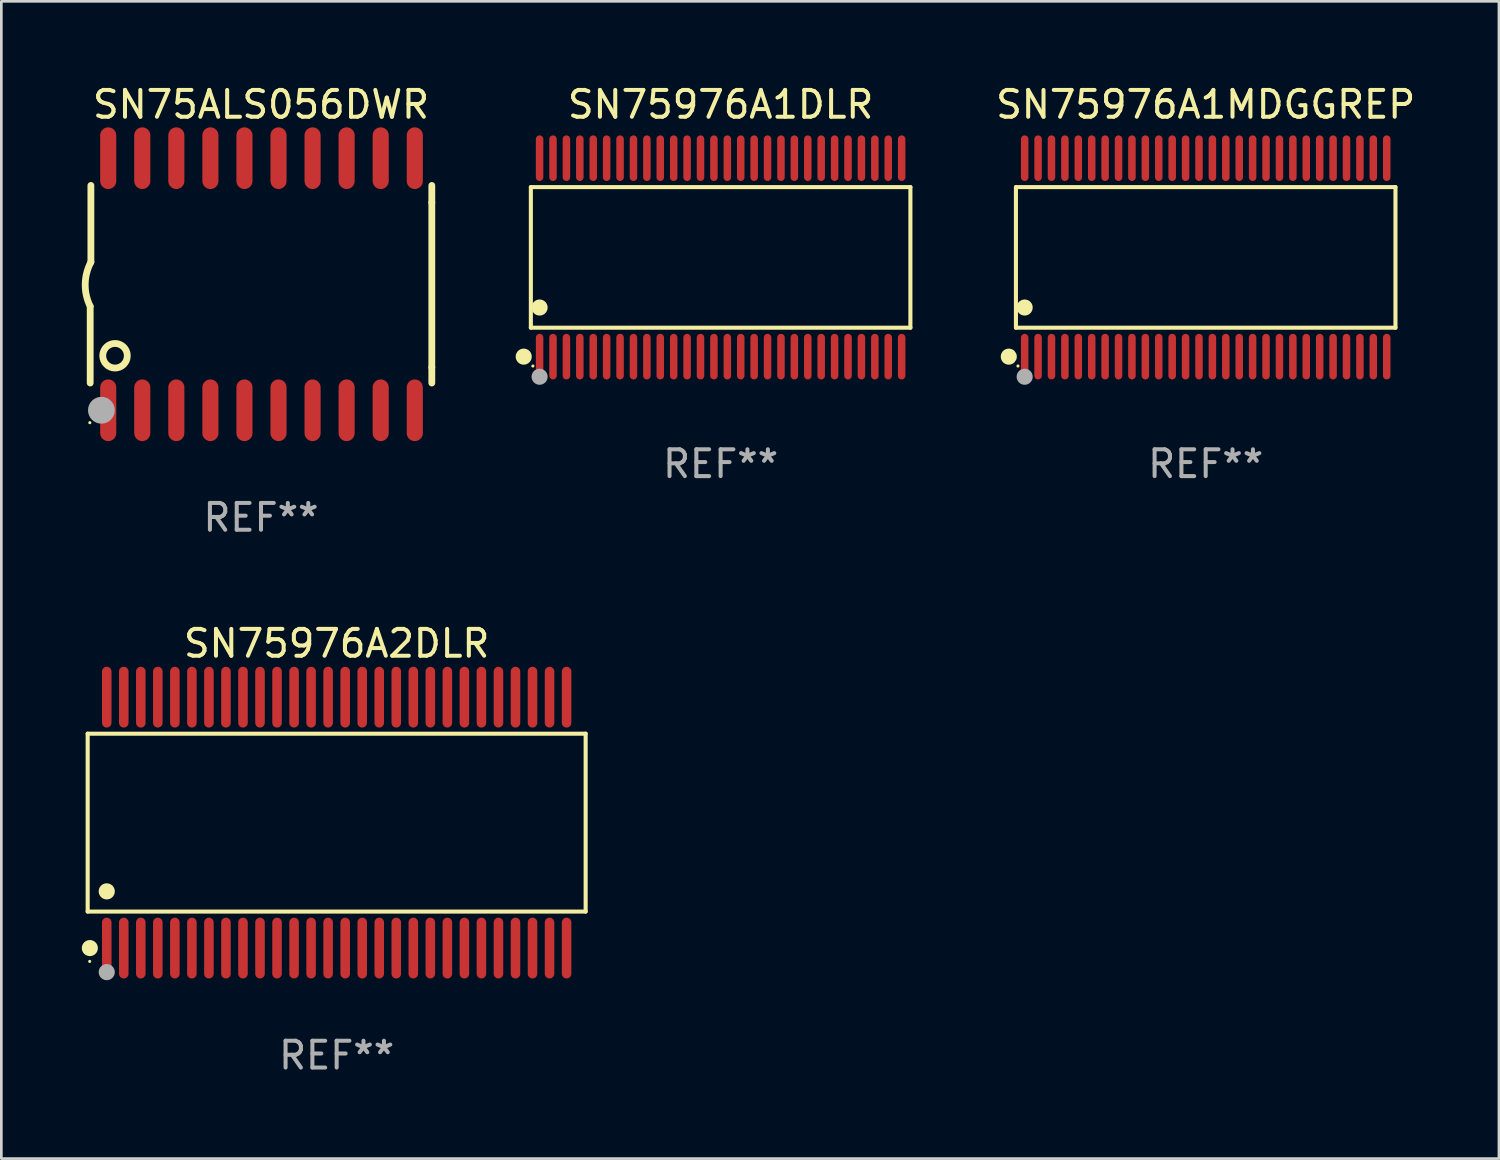
<source format=kicad_pcb>
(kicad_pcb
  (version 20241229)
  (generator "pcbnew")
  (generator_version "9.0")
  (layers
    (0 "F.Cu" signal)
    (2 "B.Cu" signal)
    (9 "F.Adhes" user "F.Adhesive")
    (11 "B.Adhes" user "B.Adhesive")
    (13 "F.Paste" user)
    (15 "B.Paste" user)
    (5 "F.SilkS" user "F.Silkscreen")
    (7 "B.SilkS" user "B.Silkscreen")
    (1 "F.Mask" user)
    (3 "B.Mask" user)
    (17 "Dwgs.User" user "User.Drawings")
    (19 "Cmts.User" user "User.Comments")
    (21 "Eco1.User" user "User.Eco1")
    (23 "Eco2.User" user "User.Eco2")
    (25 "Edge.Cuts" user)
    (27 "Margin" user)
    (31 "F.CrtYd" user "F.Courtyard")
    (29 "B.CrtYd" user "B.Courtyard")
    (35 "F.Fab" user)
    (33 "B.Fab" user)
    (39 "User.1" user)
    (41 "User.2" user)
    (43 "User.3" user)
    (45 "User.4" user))
  (footprint "SN75976A1MDGGREP"
    (layer "F.Cu")
    (at 41.907 6.548)
    (property "Reference" "SN75976A1MDGGREP" (at 0 -5.7 0) (layer "F.SilkS") (effects (font (size 1 1) (thickness 0.15))))
    (attr through_hole)
    (fp_line (start -7.076 -2.621) (end 7.076 -2.621) (stroke (width 0.152) (type solid)) (layer "F.SilkS"))
    (fp_line (start -7.076 2.621) (end -7.076 -2.621) (stroke (width 0.152) (type solid)) (layer "F.SilkS"))
    (fp_line (start 7.076 -2.621) (end 7.076 2.621) (stroke (width 0.152) (type solid)) (layer "F.SilkS"))
    (fp_line (start 7.076 2.621) (end -7.076 2.621) (stroke (width 0.152) (type solid)) (layer "F.SilkS"))
    (fp_circle (center -7.342 3.7) (end -7.192 3.7) (stroke (width 0.3) (type solid)) (fill no) (layer "F.SilkS"))
    (fp_circle (center -7 4.05) (end -6.97 4.05) (stroke (width 0.06) (type solid)) (fill no) (layer "F.SilkS"))
    (fp_circle (center -6.75 1.869) (end -6.6 1.869) (stroke (width 0.3) (type solid)) (fill no) (layer "F.SilkS"))
    (fp_circle (center -6.75 4.45) (end -6.6 4.45) (stroke (width 0.3) (type solid)) (fill no) (layer "F.Fab"))
    (fp_text user "REF**" (at 0 7.7 0) (layer "F.Fab") (effects (font (size 1 1) (thickness 0.15))))
    (pad "1" smd oval (at -6.75 3.7) (size 0.28 1.7) (layers "F.Cu" "F.Mask" "F.Paste"))
    (pad "2" smd oval (at -6.25 3.7) (size 0.28 1.7) (layers "F.Cu" "F.Mask" "F.Paste"))
    (pad "3" smd oval (at -5.75 3.7) (size 0.28 1.7) (layers "F.Cu" "F.Mask" "F.Paste"))
    (pad "4" smd oval (at -5.25 3.7) (size 0.28 1.7) (layers "F.Cu" "F.Mask" "F.Paste"))
    (pad "5" smd oval (at -4.75 3.7) (size 0.28 1.7) (layers "F.Cu" "F.Mask" "F.Paste"))
    (pad "6" smd oval (at -4.25 3.7) (size 0.28 1.7) (layers "F.Cu" "F.Mask" "F.Paste"))
    (pad "7" smd oval (at -3.75 3.7) (size 0.28 1.7) (layers "F.Cu" "F.Mask" "F.Paste"))
    (pad "8" smd oval (at -3.25 3.7) (size 0.28 1.7) (layers "F.Cu" "F.Mask" "F.Paste"))
    (pad "9" smd oval (at -2.75 3.7) (size 0.28 1.7) (layers "F.Cu" "F.Mask" "F.Paste"))
    (pad "10" smd oval (at -2.25 3.7) (size 0.28 1.7) (layers "F.Cu" "F.Mask" "F.Paste"))
    (pad "11" smd oval (at -1.75 3.7) (size 0.28 1.7) (layers "F.Cu" "F.Mask" "F.Paste"))
    (pad "12" smd oval (at -1.25 3.7) (size 0.28 1.7) (layers "F.Cu" "F.Mask" "F.Paste"))
    (pad "13" smd oval (at -0.75 3.7) (size 0.28 1.7) (layers "F.Cu" "F.Mask" "F.Paste"))
    (pad "14" smd oval (at -0.25 3.7) (size 0.28 1.7) (layers "F.Cu" "F.Mask" "F.Paste"))
    (pad "15" smd oval (at 0.25 3.7) (size 0.28 1.7) (layers "F.Cu" "F.Mask" "F.Paste"))
    (pad "16" smd oval (at 0.75 3.7) (size 0.28 1.7) (layers "F.Cu" "F.Mask" "F.Paste"))
    (pad "17" smd oval (at 1.25 3.7) (size 0.28 1.7) (layers "F.Cu" "F.Mask" "F.Paste"))
    (pad "18" smd oval (at 1.75 3.7) (size 0.28 1.7) (layers "F.Cu" "F.Mask" "F.Paste"))
    (pad "19" smd oval (at 2.25 3.7) (size 0.28 1.7) (layers "F.Cu" "F.Mask" "F.Paste"))
    (pad "20" smd oval (at 2.75 3.7) (size 0.28 1.7) (layers "F.Cu" "F.Mask" "F.Paste"))
    (pad "21" smd oval (at 3.25 3.7) (size 0.28 1.7) (layers "F.Cu" "F.Mask" "F.Paste"))
    (pad "22" smd oval (at 3.75 3.7) (size 0.28 1.7) (layers "F.Cu" "F.Mask" "F.Paste"))
    (pad "23" smd oval (at 4.25 3.7) (size 0.28 1.7) (layers "F.Cu" "F.Mask" "F.Paste"))
    (pad "24" smd oval (at 4.75 3.7) (size 0.28 1.7) (layers "F.Cu" "F.Mask" "F.Paste"))
    (pad "25" smd oval (at 5.25 3.7) (size 0.28 1.7) (layers "F.Cu" "F.Mask" "F.Paste"))
    (pad "26" smd oval (at 5.75 3.7) (size 0.28 1.7) (layers "F.Cu" "F.Mask" "F.Paste"))
    (pad "27" smd oval (at 6.25 3.7) (size 0.28 1.7) (layers "F.Cu" "F.Mask" "F.Paste"))
    (pad "28" smd oval (at 6.75 3.7) (size 0.28 1.7) (layers "F.Cu" "F.Mask" "F.Paste"))
    (pad "29" smd oval (at 6.75 -3.7) (size 0.28 1.7) (layers "F.Cu" "F.Mask" "F.Paste"))
    (pad "30" smd oval (at 6.25 -3.7) (size 0.28 1.7) (layers "F.Cu" "F.Mask" "F.Paste"))
    (pad "31" smd oval (at 5.75 -3.7) (size 0.28 1.7) (layers "F.Cu" "F.Mask" "F.Paste"))
    (pad "32" smd oval (at 5.25 -3.7) (size 0.28 1.7) (layers "F.Cu" "F.Mask" "F.Paste"))
    (pad "33" smd oval (at 4.75 -3.7) (size 0.28 1.7) (layers "F.Cu" "F.Mask" "F.Paste"))
    (pad "34" smd oval (at 4.25 -3.7) (size 0.28 1.7) (layers "F.Cu" "F.Mask" "F.Paste"))
    (pad "35" smd oval (at 3.75 -3.7) (size 0.28 1.7) (layers "F.Cu" "F.Mask" "F.Paste"))
    (pad "36" smd oval (at 3.25 -3.7) (size 0.28 1.7) (layers "F.Cu" "F.Mask" "F.Paste"))
    (pad "37" smd oval (at 2.75 -3.7) (size 0.28 1.7) (layers "F.Cu" "F.Mask" "F.Paste"))
    (pad "38" smd oval (at 2.25 -3.7) (size 0.28 1.7) (layers "F.Cu" "F.Mask" "F.Paste"))
    (pad "39" smd oval (at 1.75 -3.7) (size 0.28 1.7) (layers "F.Cu" "F.Mask" "F.Paste"))
    (pad "40" smd oval (at 1.25 -3.7) (size 0.28 1.7) (layers "F.Cu" "F.Mask" "F.Paste"))
    (pad "41" smd oval (at 0.75 -3.7) (size 0.28 1.7) (layers "F.Cu" "F.Mask" "F.Paste"))
    (pad "42" smd oval (at 0.25 -3.7) (size 0.28 1.7) (layers "F.Cu" "F.Mask" "F.Paste"))
    (pad "43" smd oval (at -0.25 -3.7) (size 0.28 1.7) (layers "F.Cu" "F.Mask" "F.Paste"))
    (pad "44" smd oval (at -0.75 -3.7) (size 0.28 1.7) (layers "F.Cu" "F.Mask" "F.Paste"))
    (pad "45" smd oval (at -1.25 -3.7) (size 0.28 1.7) (layers "F.Cu" "F.Mask" "F.Paste"))
    (pad "46" smd oval (at -1.75 -3.7) (size 0.28 1.7) (layers "F.Cu" "F.Mask" "F.Paste"))
    (pad "47" smd oval (at -2.25 -3.7) (size 0.28 1.7) (layers "F.Cu" "F.Mask" "F.Paste"))
    (pad "48" smd oval (at -2.75 -3.7) (size 0.28 1.7) (layers "F.Cu" "F.Mask" "F.Paste"))
    (pad "49" smd oval (at -3.25 -3.7) (size 0.28 1.7) (layers "F.Cu" "F.Mask" "F.Paste"))
    (pad "50" smd oval (at -3.75 -3.7) (size 0.28 1.7) (layers "F.Cu" "F.Mask" "F.Paste"))
    (pad "51" smd oval (at -4.25 -3.7) (size 0.28 1.7) (layers "F.Cu" "F.Mask" "F.Paste"))
    (pad "52" smd oval (at -4.75 -3.7) (size 0.28 1.7) (layers "F.Cu" "F.Mask" "F.Paste"))
    (pad "53" smd oval (at -5.25 -3.7) (size 0.28 1.7) (layers "F.Cu" "F.Mask" "F.Paste"))
    (pad "54" smd oval (at -5.75 -3.7) (size 0.28 1.7) (layers "F.Cu" "F.Mask" "F.Paste"))
    (pad "55" smd oval (at -6.25 -3.7) (size 0.28 1.7) (layers "F.Cu" "F.Mask" "F.Paste"))
    (pad "56" smd oval (at -6.75 -3.7) (size 0.28 1.7) (layers "F.Cu" "F.Mask" "F.Paste")))
  (footprint "SN75976A1DLR"
    (layer "F.Cu")
    (at 23.82 6.548)
    (property "Reference" "SN75976A1DLR" (at 0 -5.7 0) (layer "F.SilkS") (effects (font (size 1 1) (thickness 0.15))))
    (attr through_hole)
    (fp_line (start -7.076 -2.621) (end 7.076 -2.621) (stroke (width 0.152) (type solid)) (layer "F.SilkS"))
    (fp_line (start -7.076 2.621) (end -7.076 -2.621) (stroke (width 0.152) (type solid)) (layer "F.SilkS"))
    (fp_line (start 7.076 -2.621) (end 7.076 2.621) (stroke (width 0.152) (type solid)) (layer "F.SilkS"))
    (fp_line (start 7.076 2.621) (end -7.076 2.621) (stroke (width 0.152) (type solid)) (layer "F.SilkS"))
    (fp_circle (center -7.342 3.7) (end -7.192 3.7) (stroke (width 0.3) (type solid)) (fill no) (layer "F.SilkS"))
    (fp_circle (center -7 4.05) (end -6.97 4.05) (stroke (width 0.06) (type solid)) (fill no) (layer "F.SilkS"))
    (fp_circle (center -6.75 1.869) (end -6.6 1.869) (stroke (width 0.3) (type solid)) (fill no) (layer "F.SilkS"))
    (fp_circle (center -6.75 4.45) (end -6.6 4.45) (stroke (width 0.3) (type solid)) (fill no) (layer "F.Fab"))
    (fp_text user "REF**" (at 0 7.7 0) (layer "F.Fab") (effects (font (size 1 1) (thickness 0.15))))
    (pad "1" smd oval (at -6.75 3.7) (size 0.28 1.7) (layers "F.Cu" "F.Mask" "F.Paste"))
    (pad "2" smd oval (at -6.25 3.7) (size 0.28 1.7) (layers "F.Cu" "F.Mask" "F.Paste"))
    (pad "3" smd oval (at -5.75 3.7) (size 0.28 1.7) (layers "F.Cu" "F.Mask" "F.Paste"))
    (pad "4" smd oval (at -5.25 3.7) (size 0.28 1.7) (layers "F.Cu" "F.Mask" "F.Paste"))
    (pad "5" smd oval (at -4.75 3.7) (size 0.28 1.7) (layers "F.Cu" "F.Mask" "F.Paste"))
    (pad "6" smd oval (at -4.25 3.7) (size 0.28 1.7) (layers "F.Cu" "F.Mask" "F.Paste"))
    (pad "7" smd oval (at -3.75 3.7) (size 0.28 1.7) (layers "F.Cu" "F.Mask" "F.Paste"))
    (pad "8" smd oval (at -3.25 3.7) (size 0.28 1.7) (layers "F.Cu" "F.Mask" "F.Paste"))
    (pad "9" smd oval (at -2.75 3.7) (size 0.28 1.7) (layers "F.Cu" "F.Mask" "F.Paste"))
    (pad "10" smd oval (at -2.25 3.7) (size 0.28 1.7) (layers "F.Cu" "F.Mask" "F.Paste"))
    (pad "11" smd oval (at -1.75 3.7) (size 0.28 1.7) (layers "F.Cu" "F.Mask" "F.Paste"))
    (pad "12" smd oval (at -1.25 3.7) (size 0.28 1.7) (layers "F.Cu" "F.Mask" "F.Paste"))
    (pad "13" smd oval (at -0.75 3.7) (size 0.28 1.7) (layers "F.Cu" "F.Mask" "F.Paste"))
    (pad "14" smd oval (at -0.25 3.7) (size 0.28 1.7) (layers "F.Cu" "F.Mask" "F.Paste"))
    (pad "15" smd oval (at 0.25 3.7) (size 0.28 1.7) (layers "F.Cu" "F.Mask" "F.Paste"))
    (pad "16" smd oval (at 0.75 3.7) (size 0.28 1.7) (layers "F.Cu" "F.Mask" "F.Paste"))
    (pad "17" smd oval (at 1.25 3.7) (size 0.28 1.7) (layers "F.Cu" "F.Mask" "F.Paste"))
    (pad "18" smd oval (at 1.75 3.7) (size 0.28 1.7) (layers "F.Cu" "F.Mask" "F.Paste"))
    (pad "19" smd oval (at 2.25 3.7) (size 0.28 1.7) (layers "F.Cu" "F.Mask" "F.Paste"))
    (pad "20" smd oval (at 2.75 3.7) (size 0.28 1.7) (layers "F.Cu" "F.Mask" "F.Paste"))
    (pad "21" smd oval (at 3.25 3.7) (size 0.28 1.7) (layers "F.Cu" "F.Mask" "F.Paste"))
    (pad "22" smd oval (at 3.75 3.7) (size 0.28 1.7) (layers "F.Cu" "F.Mask" "F.Paste"))
    (pad "23" smd oval (at 4.25 3.7) (size 0.28 1.7) (layers "F.Cu" "F.Mask" "F.Paste"))
    (pad "24" smd oval (at 4.75 3.7) (size 0.28 1.7) (layers "F.Cu" "F.Mask" "F.Paste"))
    (pad "25" smd oval (at 5.25 3.7) (size 0.28 1.7) (layers "F.Cu" "F.Mask" "F.Paste"))
    (pad "26" smd oval (at 5.75 3.7) (size 0.28 1.7) (layers "F.Cu" "F.Mask" "F.Paste"))
    (pad "27" smd oval (at 6.25 3.7) (size 0.28 1.7) (layers "F.Cu" "F.Mask" "F.Paste"))
    (pad "28" smd oval (at 6.75 3.7) (size 0.28 1.7) (layers "F.Cu" "F.Mask" "F.Paste"))
    (pad "29" smd oval (at 6.75 -3.7) (size 0.28 1.7) (layers "F.Cu" "F.Mask" "F.Paste"))
    (pad "30" smd oval (at 6.25 -3.7) (size 0.28 1.7) (layers "F.Cu" "F.Mask" "F.Paste"))
    (pad "31" smd oval (at 5.75 -3.7) (size 0.28 1.7) (layers "F.Cu" "F.Mask" "F.Paste"))
    (pad "32" smd oval (at 5.25 -3.7) (size 0.28 1.7) (layers "F.Cu" "F.Mask" "F.Paste"))
    (pad "33" smd oval (at 4.75 -3.7) (size 0.28 1.7) (layers "F.Cu" "F.Mask" "F.Paste"))
    (pad "34" smd oval (at 4.25 -3.7) (size 0.28 1.7) (layers "F.Cu" "F.Mask" "F.Paste"))
    (pad "35" smd oval (at 3.75 -3.7) (size 0.28 1.7) (layers "F.Cu" "F.Mask" "F.Paste"))
    (pad "36" smd oval (at 3.25 -3.7) (size 0.28 1.7) (layers "F.Cu" "F.Mask" "F.Paste"))
    (pad "37" smd oval (at 2.75 -3.7) (size 0.28 1.7) (layers "F.Cu" "F.Mask" "F.Paste"))
    (pad "38" smd oval (at 2.25 -3.7) (size 0.28 1.7) (layers "F.Cu" "F.Mask" "F.Paste"))
    (pad "39" smd oval (at 1.75 -3.7) (size 0.28 1.7) (layers "F.Cu" "F.Mask" "F.Paste"))
    (pad "40" smd oval (at 1.25 -3.7) (size 0.28 1.7) (layers "F.Cu" "F.Mask" "F.Paste"))
    (pad "41" smd oval (at 0.75 -3.7) (size 0.28 1.7) (layers "F.Cu" "F.Mask" "F.Paste"))
    (pad "42" smd oval (at 0.25 -3.7) (size 0.28 1.7) (layers "F.Cu" "F.Mask" "F.Paste"))
    (pad "43" smd oval (at -0.25 -3.7) (size 0.28 1.7) (layers "F.Cu" "F.Mask" "F.Paste"))
    (pad "44" smd oval (at -0.75 -3.7) (size 0.28 1.7) (layers "F.Cu" "F.Mask" "F.Paste"))
    (pad "45" smd oval (at -1.25 -3.7) (size 0.28 1.7) (layers "F.Cu" "F.Mask" "F.Paste"))
    (pad "46" smd oval (at -1.75 -3.7) (size 0.28 1.7) (layers "F.Cu" "F.Mask" "F.Paste"))
    (pad "47" smd oval (at -2.25 -3.7) (size 0.28 1.7) (layers "F.Cu" "F.Mask" "F.Paste"))
    (pad "48" smd oval (at -2.75 -3.7) (size 0.28 1.7) (layers "F.Cu" "F.Mask" "F.Paste"))
    (pad "49" smd oval (at -3.25 -3.7) (size 0.28 1.7) (layers "F.Cu" "F.Mask" "F.Paste"))
    (pad "50" smd oval (at -3.75 -3.7) (size 0.28 1.7) (layers "F.Cu" "F.Mask" "F.Paste"))
    (pad "51" smd oval (at -4.25 -3.7) (size 0.28 1.7) (layers "F.Cu" "F.Mask" "F.Paste"))
    (pad "52" smd oval (at -4.75 -3.7) (size 0.28 1.7) (layers "F.Cu" "F.Mask" "F.Paste"))
    (pad "53" smd oval (at -5.25 -3.7) (size 0.28 1.7) (layers "F.Cu" "F.Mask" "F.Paste"))
    (pad "54" smd oval (at -5.75 -3.7) (size 0.28 1.7) (layers "F.Cu" "F.Mask" "F.Paste"))
    (pad "55" smd oval (at -6.25 -3.7) (size 0.28 1.7) (layers "F.Cu" "F.Mask" "F.Paste"))
    (pad "56" smd oval (at -6.75 -3.7) (size 0.28 1.7) (layers "F.Cu" "F.Mask" "F.Paste")))
  (footprint "SN75976A2DLR"
    (layer "F.Cu")
    (at 9.503 27.623)
    (property "Reference" "SN75976A2DLR" (at 0 -6.678 0) (layer "F.SilkS") (effects (font (size 1 1) (thickness 0.15))))
    (attr through_hole)
    (fp_line (start -9.284 -3.316) (end 9.284 -3.316) (stroke (width 0.152) (type solid)) (layer "F.SilkS"))
    (fp_line (start -9.284 3.316) (end -9.284 -3.316) (stroke (width 0.152) (type solid)) (layer "F.SilkS"))
    (fp_line (start 9.284 -3.316) (end 9.284 3.316) (stroke (width 0.152) (type solid)) (layer "F.SilkS"))
    (fp_line (start 9.284 3.316) (end -9.284 3.316) (stroke (width 0.152) (type solid)) (layer "F.SilkS"))
    (fp_circle (center -9.208 5.175) (end -9.178 5.175) (stroke (width 0.06) (type solid)) (fill no) (layer "F.SilkS"))
    (fp_circle (center -9.203 4.678) (end -9.053 4.678) (stroke (width 0.3) (type solid)) (fill no) (layer "F.SilkS"))
    (fp_circle (center -8.573 2.564) (end -8.422 2.564) (stroke (width 0.3) (type solid)) (fill no) (layer "F.SilkS"))
    (fp_circle (center -8.573 5.575) (end -8.422 5.575) (stroke (width 0.3) (type solid)) (fill no) (layer "F.Fab"))
    (fp_text user "REF**" (at 0 8.678 0) (layer "F.Fab") (effects (font (size 1 1) (thickness 0.15))))
    (pad "1" smd oval (at -8.573 4.678) (size 0.356 2.267) (layers "F.Cu" "F.Mask" "F.Paste"))
    (pad "2" smd oval (at -7.938 4.678) (size 0.356 2.267) (layers "F.Cu" "F.Mask" "F.Paste"))
    (pad "3" smd oval (at -7.303 4.678) (size 0.356 2.267) (layers "F.Cu" "F.Mask" "F.Paste"))
    (pad "4" smd oval (at -6.668 4.678) (size 0.356 2.267) (layers "F.Cu" "F.Mask" "F.Paste"))
    (pad "5" smd oval (at -6.033 4.678) (size 0.356 2.267) (layers "F.Cu" "F.Mask" "F.Paste"))
    (pad "6" smd oval (at -5.398 4.678) (size 0.356 2.267) (layers "F.Cu" "F.Mask" "F.Paste"))
    (pad "7" smd oval (at -4.763 4.678) (size 0.356 2.267) (layers "F.Cu" "F.Mask" "F.Paste"))
    (pad "8" smd oval (at -4.128 4.678) (size 0.356 2.267) (layers "F.Cu" "F.Mask" "F.Paste"))
    (pad "9" smd oval (at -3.493 4.678) (size 0.356 2.267) (layers "F.Cu" "F.Mask" "F.Paste"))
    (pad "10" smd oval (at -2.858 4.678) (size 0.356 2.267) (layers "F.Cu" "F.Mask" "F.Paste"))
    (pad "11" smd oval (at -2.223 4.678) (size 0.356 2.267) (layers "F.Cu" "F.Mask" "F.Paste"))
    (pad "12" smd oval (at -1.588 4.678) (size 0.356 2.267) (layers "F.Cu" "F.Mask" "F.Paste"))
    (pad "13" smd oval (at -0.953 4.678) (size 0.356 2.267) (layers "F.Cu" "F.Mask" "F.Paste"))
    (pad "14" smd oval (at -0.318 4.678) (size 0.356 2.267) (layers "F.Cu" "F.Mask" "F.Paste"))
    (pad "15" smd oval (at 0.318 4.678) (size 0.356 2.267) (layers "F.Cu" "F.Mask" "F.Paste"))
    (pad "16" smd oval (at 0.953 4.678) (size 0.356 2.267) (layers "F.Cu" "F.Mask" "F.Paste"))
    (pad "17" smd oval (at 1.588 4.678) (size 0.356 2.267) (layers "F.Cu" "F.Mask" "F.Paste"))
    (pad "18" smd oval (at 2.223 4.678) (size 0.356 2.267) (layers "F.Cu" "F.Mask" "F.Paste"))
    (pad "19" smd oval (at 2.858 4.678) (size 0.356 2.267) (layers "F.Cu" "F.Mask" "F.Paste"))
    (pad "20" smd oval (at 3.493 4.678) (size 0.356 2.267) (layers "F.Cu" "F.Mask" "F.Paste"))
    (pad "21" smd oval (at 4.128 4.678) (size 0.356 2.267) (layers "F.Cu" "F.Mask" "F.Paste"))
    (pad "22" smd oval (at 4.763 4.678) (size 0.356 2.267) (layers "F.Cu" "F.Mask" "F.Paste"))
    (pad "23" smd oval (at 5.398 4.678) (size 0.356 2.267) (layers "F.Cu" "F.Mask" "F.Paste"))
    (pad "24" smd oval (at 6.033 4.678) (size 0.356 2.267) (layers "F.Cu" "F.Mask" "F.Paste"))
    (pad "25" smd oval (at 6.668 4.678) (size 0.356 2.267) (layers "F.Cu" "F.Mask" "F.Paste"))
    (pad "26" smd oval (at 7.303 4.678) (size 0.356 2.267) (layers "F.Cu" "F.Mask" "F.Paste"))
    (pad "27" smd oval (at 7.938 4.678) (size 0.356 2.267) (layers "F.Cu" "F.Mask" "F.Paste"))
    (pad "28" smd oval (at 8.573 4.678) (size 0.356 2.267) (layers "F.Cu" "F.Mask" "F.Paste"))
    (pad "29" smd oval (at 8.573 -4.678) (size 0.356 2.267) (layers "F.Cu" "F.Mask" "F.Paste"))
    (pad "30" smd oval (at 7.938 -4.678) (size 0.356 2.267) (layers "F.Cu" "F.Mask" "F.Paste"))
    (pad "31" smd oval (at 7.303 -4.678) (size 0.356 2.267) (layers "F.Cu" "F.Mask" "F.Paste"))
    (pad "32" smd oval (at 6.668 -4.678) (size 0.356 2.267) (layers "F.Cu" "F.Mask" "F.Paste"))
    (pad "33" smd oval (at 6.033 -4.678) (size 0.356 2.267) (layers "F.Cu" "F.Mask" "F.Paste"))
    (pad "34" smd oval (at 5.398 -4.678) (size 0.356 2.267) (layers "F.Cu" "F.Mask" "F.Paste"))
    (pad "35" smd oval (at 4.763 -4.678) (size 0.356 2.267) (layers "F.Cu" "F.Mask" "F.Paste"))
    (pad "36" smd oval (at 4.128 -4.678) (size 0.356 2.267) (layers "F.Cu" "F.Mask" "F.Paste"))
    (pad "37" smd oval (at 3.493 -4.678) (size 0.356 2.267) (layers "F.Cu" "F.Mask" "F.Paste"))
    (pad "38" smd oval (at 2.858 -4.678) (size 0.356 2.267) (layers "F.Cu" "F.Mask" "F.Paste"))
    (pad "39" smd oval (at 2.223 -4.678) (size 0.356 2.267) (layers "F.Cu" "F.Mask" "F.Paste"))
    (pad "40" smd oval (at 1.588 -4.678) (size 0.356 2.267) (layers "F.Cu" "F.Mask" "F.Paste"))
    (pad "41" smd oval (at 0.953 -4.678) (size 0.356 2.267) (layers "F.Cu" "F.Mask" "F.Paste"))
    (pad "42" smd oval (at 0.318 -4.678) (size 0.356 2.267) (layers "F.Cu" "F.Mask" "F.Paste"))
    (pad "43" smd oval (at -0.318 -4.678) (size 0.356 2.267) (layers "F.Cu" "F.Mask" "F.Paste"))
    (pad "44" smd oval (at -0.953 -4.678) (size 0.356 2.267) (layers "F.Cu" "F.Mask" "F.Paste"))
    (pad "45" smd oval (at -1.588 -4.678) (size 0.356 2.267) (layers "F.Cu" "F.Mask" "F.Paste"))
    (pad "46" smd oval (at -2.223 -4.678) (size 0.356 2.267) (layers "F.Cu" "F.Mask" "F.Paste"))
    (pad "47" smd oval (at -2.858 -4.678) (size 0.356 2.267) (layers "F.Cu" "F.Mask" "F.Paste"))
    (pad "48" smd oval (at -3.493 -4.678) (size 0.356 2.267) (layers "F.Cu" "F.Mask" "F.Paste"))
    (pad "49" smd oval (at -4.128 -4.678) (size 0.356 2.267) (layers "F.Cu" "F.Mask" "F.Paste"))
    (pad "50" smd oval (at -4.763 -4.678) (size 0.356 2.267) (layers "F.Cu" "F.Mask" "F.Paste"))
    (pad "51" smd oval (at -5.398 -4.678) (size 0.356 2.267) (layers "F.Cu" "F.Mask" "F.Paste"))
    (pad "52" smd oval (at -6.033 -4.678) (size 0.356 2.267) (layers "F.Cu" "F.Mask" "F.Paste"))
    (pad "53" smd oval (at -6.668 -4.678) (size 0.356 2.267) (layers "F.Cu" "F.Mask" "F.Paste"))
    (pad "54" smd oval (at -7.303 -4.678) (size 0.356 2.267) (layers "F.Cu" "F.Mask" "F.Paste"))
    (pad "55" smd oval (at -7.938 -4.678) (size 0.356 2.267) (layers "F.Cu" "F.Mask" "F.Paste"))
    (pad "56" smd oval (at -8.573 -4.678) (size 0.356 2.267) (layers "F.Cu" "F.Mask" "F.Paste")))
  (footprint "SN75ALS056DWR"
    (layer "F.Cu")
    (at 6.682 7.548)
    (property "Reference" "SN75ALS056DWR" (at 0 -6.7 0) (layer "F.SilkS") (effects (font (size 1 1) (thickness 0.15))))
    (attr through_hole)
    (fp_line (start -6.369 0.826) (end -6.369 3.683) (stroke (width 0.254) (type solid)) (layer "F.SilkS"))
    (fp_line (start -6.343 -0.825) (end -6.343 -3.683) (stroke (width 0.254) (type solid)) (layer "F.SilkS"))
    (fp_line (start 6.369 -3.048) (end 6.369 -3.683) (stroke (width 0.254) (type solid)) (layer "F.SilkS"))
    (fp_line (start 6.369 -3.048) (end 6.369 3.096) (stroke (width 0.254) (type solid)) (layer "F.SilkS"))
    (fp_line (start 6.369 3.096) (end 6.369 3.683) (stroke (width 0.254) (type solid)) (layer "F.SilkS"))
    (fp_arc (start -6.36853 0.825552) (mid -6.554743 -0.00301) (end -6.343129 -0.825451) (stroke (width 0.254001) (type solid)) (layer "F.SilkS"))
    (fp_circle (center -6.382 5.163) (end -6.352 5.163) (stroke (width 0.06) (type solid)) (fill no) (layer "F.SilkS"))
    (fp_circle (center -5.443 2.667) (end -4.985 2.667) (stroke (width 0.254) (type solid)) (fill no) (layer "F.SilkS"))
    (fp_circle (center -5.951 4.699) (end -5.701 4.699) (stroke (width 0.5) (type solid)) (fill no) (layer "F.Fab"))
    (fp_text user "REF**" (at 0 8.7 0) (layer "F.Fab") (effects (font (size 1 1) (thickness 0.15))))
    (pad "1" smd oval (at -5.697 4.7 180) (size 0.6 2.3) (layers "F.Cu" "F.Mask" "F.Paste"))
    (pad "2" smd oval (at -4.427 4.7 180) (size 0.6 2.3) (layers "F.Cu" "F.Mask" "F.Paste"))
    (pad "3" smd oval (at -3.157 4.7 180) (size 0.6 2.3) (layers "F.Cu" "F.Mask" "F.Paste"))
    (pad "4" smd oval (at -1.887 4.7 180) (size 0.6 2.3) (layers "F.Cu" "F.Mask" "F.Paste"))
    (pad "5" smd oval (at -0.617 4.7 180) (size 0.6 2.3) (layers "F.Cu" "F.Mask" "F.Paste"))
    (pad "6" smd oval (at 0.653 4.7 180) (size 0.6 2.3) (layers "F.Cu" "F.Mask" "F.Paste"))
    (pad "7" smd oval (at 1.923 4.7 180) (size 0.6 2.3) (layers "F.Cu" "F.Mask" "F.Paste"))
    (pad "8" smd oval (at 3.193 4.7 180) (size 0.6 2.3) (layers "F.Cu" "F.Mask" "F.Paste"))
    (pad "9" smd oval (at 4.463 4.7 180) (size 0.6 2.3) (layers "F.Cu" "F.Mask" "F.Paste"))
    (pad "10" smd oval (at 5.734 4.7 180) (size 0.6 2.3) (layers "F.Cu" "F.Mask" "F.Paste"))
    (pad "11" smd oval (at 5.734 -4.7 180) (size 0.6 2.3) (layers "F.Cu" "F.Mask" "F.Paste"))
    (pad "12" smd oval (at 4.463 -4.7 180) (size 0.6 2.3) (layers "F.Cu" "F.Mask" "F.Paste"))
    (pad "13" smd oval (at 3.193 -4.7 180) (size 0.6 2.3) (layers "F.Cu" "F.Mask" "F.Paste"))
    (pad "14" smd oval (at 1.923 -4.7 180) (size 0.6 2.3) (layers "F.Cu" "F.Mask" "F.Paste"))
    (pad "15" smd oval (at 0.653 -4.7 180) (size 0.6 2.3) (layers "F.Cu" "F.Mask" "F.Paste"))
    (pad "16" smd oval (at -0.617 -4.7 180) (size 0.6 2.3) (layers "F.Cu" "F.Mask" "F.Paste"))
    (pad "17" smd oval (at -1.887 -4.7 180) (size 0.6 2.3) (layers "F.Cu" "F.Mask" "F.Paste"))
    (pad "18" smd oval (at -3.157 -4.7 180) (size 0.6 2.3) (layers "F.Cu" "F.Mask" "F.Paste"))
    (pad "19" smd oval (at -4.427 -4.7 180) (size 0.6 2.3) (layers "F.Cu" "F.Mask" "F.Paste"))
    (pad "20" smd oval (at -5.697 -4.7 180) (size 0.6 2.3) (layers "F.Cu" "F.Mask" "F.Paste")))
  (gr_rect
    (start -3 -3)
    (end 52.841 40.15)
    (stroke (width 0.1) (type default))
    (fill no)
    (layer "Edge.Cuts")))
</source>
